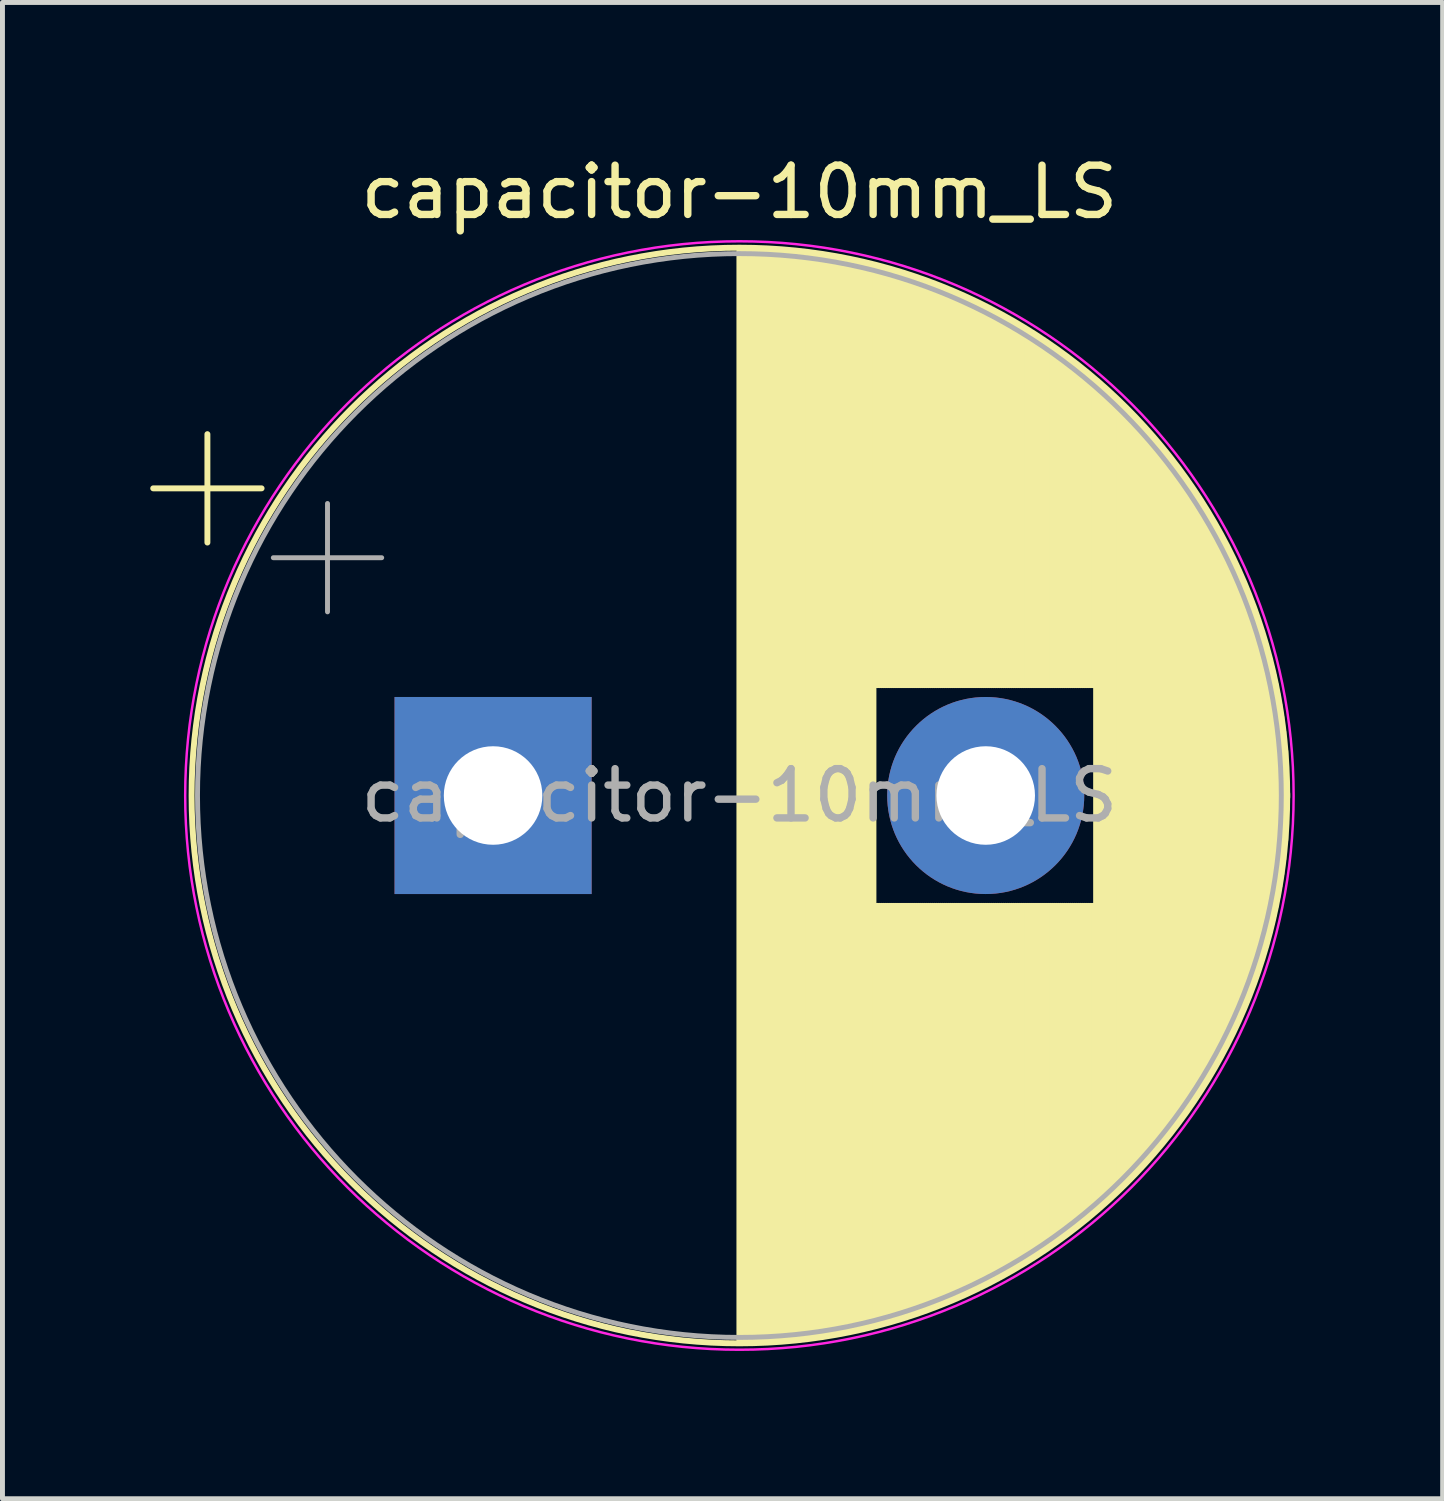
<source format=kicad_pcb>
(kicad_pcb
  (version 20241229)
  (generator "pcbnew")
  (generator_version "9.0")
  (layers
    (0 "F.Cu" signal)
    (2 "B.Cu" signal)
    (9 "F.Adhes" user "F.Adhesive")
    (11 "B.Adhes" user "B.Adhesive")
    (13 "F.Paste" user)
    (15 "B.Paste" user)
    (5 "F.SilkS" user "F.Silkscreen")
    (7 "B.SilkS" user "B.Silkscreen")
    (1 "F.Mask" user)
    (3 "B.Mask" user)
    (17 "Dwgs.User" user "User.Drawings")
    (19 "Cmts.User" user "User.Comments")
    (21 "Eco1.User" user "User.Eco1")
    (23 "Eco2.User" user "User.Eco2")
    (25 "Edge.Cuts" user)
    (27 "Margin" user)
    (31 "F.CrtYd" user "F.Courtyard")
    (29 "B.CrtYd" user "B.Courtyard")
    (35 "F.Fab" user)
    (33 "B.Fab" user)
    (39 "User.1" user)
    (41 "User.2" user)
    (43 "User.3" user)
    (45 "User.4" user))
  (footprint "capacitor-10mm_LS"
    (layer "F.Cu")
    (at 6.959 13.098)
    (property "Reference" "capacitor-10mm_LS" (at 5 -12.25 0) (layer "F.SilkS") (effects (font (size 1 1) (thickness 0.15))))
    (attr through_hole)
    (fp_line (start -6.899 -6.235) (end -4.699 -6.235) (stroke (width 0.12) (type solid)) (layer "F.SilkS"))
    (fp_line (start -5.799 -7.335) (end -5.799 -5.135) (stroke (width 0.12) (type solid)) (layer "F.SilkS"))
    (fp_line (start 5 -11.081) (end 5 11.081) (stroke (width 0.12) (type solid)) (layer "F.SilkS"))
    (fp_line (start 5.04 -11.08) (end 5.04 11.08) (stroke (width 0.12) (type solid)) (layer "F.SilkS"))
    (fp_line (start 5.08 -11.08) (end 5.08 11.08) (stroke (width 0.12) (type solid)) (layer "F.SilkS"))
    (fp_line (start 5.12 -11.08) (end 5.12 11.08) (stroke (width 0.12) (type solid)) (layer "F.SilkS"))
    (fp_line (start 5.16 -11.079) (end 5.16 11.079) (stroke (width 0.12) (type solid)) (layer "F.SilkS"))
    (fp_line (start 5.2 -11.079) (end 5.2 11.079) (stroke (width 0.12) (type solid)) (layer "F.SilkS"))
    (fp_line (start 5.24 -11.078) (end 5.24 11.078) (stroke (width 0.12) (type solid)) (layer "F.SilkS"))
    (fp_line (start 5.28 -11.077) (end 5.28 11.077) (stroke (width 0.12) (type solid)) (layer "F.SilkS"))
    (fp_line (start 5.32 -11.076) (end 5.32 11.076) (stroke (width 0.12) (type solid)) (layer "F.SilkS"))
    (fp_line (start 5.36 -11.075) (end 5.36 11.075) (stroke (width 0.12) (type solid)) (layer "F.SilkS"))
    (fp_line (start 5.4 -11.073) (end 5.4 11.073) (stroke (width 0.12) (type solid)) (layer "F.SilkS"))
    (fp_line (start 5.44 -11.072) (end 5.44 11.072) (stroke (width 0.12) (type solid)) (layer "F.SilkS"))
    (fp_line (start 5.48 -11.07) (end 5.48 11.07) (stroke (width 0.12) (type solid)) (layer "F.SilkS"))
    (fp_line (start 5.52 -11.068) (end 5.52 11.068) (stroke (width 0.12) (type solid)) (layer "F.SilkS"))
    (fp_line (start 5.56 -11.066) (end 5.56 11.066) (stroke (width 0.12) (type solid)) (layer "F.SilkS"))
    (fp_line (start 5.6 -11.064) (end 5.6 11.064) (stroke (width 0.12) (type solid)) (layer "F.SilkS"))
    (fp_line (start 5.64 -11.062) (end 5.64 11.062) (stroke (width 0.12) (type solid)) (layer "F.SilkS"))
    (fp_line (start 5.68 -11.06) (end 5.68 11.06) (stroke (width 0.12) (type solid)) (layer "F.SilkS"))
    (fp_line (start 5.721 -11.057) (end 5.721 11.057) (stroke (width 0.12) (type solid)) (layer "F.SilkS"))
    (fp_line (start 5.761 -11.054) (end 5.761 11.054) (stroke (width 0.12) (type solid)) (layer "F.SilkS"))
    (fp_line (start 5.801 -11.052) (end 5.801 11.052) (stroke (width 0.12) (type solid)) (layer "F.SilkS"))
    (fp_line (start 5.841 -11.049) (end 5.841 11.049) (stroke (width 0.12) (type solid)) (layer "F.SilkS"))
    (fp_line (start 5.881 -11.046) (end 5.881 11.046) (stroke (width 0.12) (type solid)) (layer "F.SilkS"))
    (fp_line (start 5.921 -11.042) (end 5.921 11.042) (stroke (width 0.12) (type solid)) (layer "F.SilkS"))
    (fp_line (start 5.961 -11.039) (end 5.961 11.039) (stroke (width 0.12) (type solid)) (layer "F.SilkS"))
    (fp_line (start 6.001 -11.035) (end 6.001 11.035) (stroke (width 0.12) (type solid)) (layer "F.SilkS"))
    (fp_line (start 6.041 -11.032) (end 6.041 11.032) (stroke (width 0.12) (type solid)) (layer "F.SilkS"))
    (fp_line (start 6.081 -11.028) (end 6.081 11.028) (stroke (width 0.12) (type solid)) (layer "F.SilkS"))
    (fp_line (start 6.121 -11.024) (end 6.121 11.024) (stroke (width 0.12) (type solid)) (layer "F.SilkS"))
    (fp_line (start 6.161 -11.02) (end 6.161 11.02) (stroke (width 0.12) (type solid)) (layer "F.SilkS"))
    (fp_line (start 6.201 -11.016) (end 6.201 11.016) (stroke (width 0.12) (type solid)) (layer "F.SilkS"))
    (fp_line (start 6.241 -11.011) (end 6.241 11.011) (stroke (width 0.12) (type solid)) (layer "F.SilkS"))
    (fp_line (start 6.281 -11.007) (end 6.281 11.007) (stroke (width 0.12) (type solid)) (layer "F.SilkS"))
    (fp_line (start 6.321 -11.002) (end 6.321 11.002) (stroke (width 0.12) (type solid)) (layer "F.SilkS"))
    (fp_line (start 6.361 -10.997) (end 6.361 10.997) (stroke (width 0.12) (type solid)) (layer "F.SilkS"))
    (fp_line (start 6.401 -10.992) (end 6.401 10.992) (stroke (width 0.12) (type solid)) (layer "F.SilkS"))
    (fp_line (start 6.441 -10.987) (end 6.441 10.987) (stroke (width 0.12) (type solid)) (layer "F.SilkS"))
    (fp_line (start 6.481 -10.982) (end 6.481 10.982) (stroke (width 0.12) (type solid)) (layer "F.SilkS"))
    (fp_line (start 6.521 -10.976) (end 6.521 10.976) (stroke (width 0.12) (type solid)) (layer "F.SilkS"))
    (fp_line (start 6.561 -10.971) (end 6.561 10.971) (stroke (width 0.12) (type solid)) (layer "F.SilkS"))
    (fp_line (start 6.601 -10.965) (end 6.601 10.965) (stroke (width 0.12) (type solid)) (layer "F.SilkS"))
    (fp_line (start 6.641 -10.959) (end 6.641 10.959) (stroke (width 0.12) (type solid)) (layer "F.SilkS"))
    (fp_line (start 6.681 -10.953) (end 6.681 10.953) (stroke (width 0.12) (type solid)) (layer "F.SilkS"))
    (fp_line (start 6.721 -10.947) (end 6.721 10.947) (stroke (width 0.12) (type solid)) (layer "F.SilkS"))
    (fp_line (start 6.761 -10.94) (end 6.761 10.94) (stroke (width 0.12) (type solid)) (layer "F.SilkS"))
    (fp_line (start 6.801 -10.934) (end 6.801 10.934) (stroke (width 0.12) (type solid)) (layer "F.SilkS"))
    (fp_line (start 6.841 -10.927) (end 6.841 10.927) (stroke (width 0.12) (type solid)) (layer "F.SilkS"))
    (fp_line (start 6.881 -10.92) (end 6.881 10.92) (stroke (width 0.12) (type solid)) (layer "F.SilkS"))
    (fp_line (start 6.921 -10.913) (end 6.921 10.913) (stroke (width 0.12) (type solid)) (layer "F.SilkS"))
    (fp_line (start 6.961 -10.906) (end 6.961 10.906) (stroke (width 0.12) (type solid)) (layer "F.SilkS"))
    (fp_line (start 7.001 -10.899) (end 7.001 10.899) (stroke (width 0.12) (type solid)) (layer "F.SilkS"))
    (fp_line (start 7.041 -10.892) (end 7.041 10.892) (stroke (width 0.12) (type solid)) (layer "F.SilkS"))
    (fp_line (start 7.081 -10.884) (end 7.081 10.884) (stroke (width 0.12) (type solid)) (layer "F.SilkS"))
    (fp_line (start 7.121 -10.877) (end 7.121 10.877) (stroke (width 0.12) (type solid)) (layer "F.SilkS"))
    (fp_line (start 7.161 -10.869) (end 7.161 10.869) (stroke (width 0.12) (type solid)) (layer "F.SilkS"))
    (fp_line (start 7.201 -10.861) (end 7.201 10.861) (stroke (width 0.12) (type solid)) (layer "F.SilkS"))
    (fp_line (start 7.241 -10.853) (end 7.241 10.853) (stroke (width 0.12) (type solid)) (layer "F.SilkS"))
    (fp_line (start 7.281 -10.844) (end 7.281 10.844) (stroke (width 0.12) (type solid)) (layer "F.SilkS"))
    (fp_line (start 7.321 -10.836) (end 7.321 10.836) (stroke (width 0.12) (type solid)) (layer "F.SilkS"))
    (fp_line (start 7.361 -10.827) (end 7.361 10.827) (stroke (width 0.12) (type solid)) (layer "F.SilkS"))
    (fp_line (start 7.401 -10.818) (end 7.401 10.818) (stroke (width 0.12) (type solid)) (layer "F.SilkS"))
    (fp_line (start 7.441 -10.809) (end 7.441 10.809) (stroke (width 0.12) (type solid)) (layer "F.SilkS"))
    (fp_line (start 7.481 -10.8) (end 7.481 10.8) (stroke (width 0.12) (type solid)) (layer "F.SilkS"))
    (fp_line (start 7.521 -10.791) (end 7.521 10.791) (stroke (width 0.12) (type solid)) (layer "F.SilkS"))
    (fp_line (start 7.561 -10.782) (end 7.561 10.782) (stroke (width 0.12) (type solid)) (layer "F.SilkS"))
    (fp_line (start 7.601 -10.772) (end 7.601 10.772) (stroke (width 0.12) (type solid)) (layer "F.SilkS"))
    (fp_line (start 7.641 -10.763) (end 7.641 10.763) (stroke (width 0.12) (type solid)) (layer "F.SilkS"))
    (fp_line (start 7.681 -10.753) (end 7.681 10.753) (stroke (width 0.12) (type solid)) (layer "F.SilkS"))
    (fp_line (start 7.721 -10.743) (end 7.721 10.743) (stroke (width 0.12) (type solid)) (layer "F.SilkS"))
    (fp_line (start 7.761 -10.733) (end 7.761 -2.24) (stroke (width 0.12) (type solid)) (layer "F.SilkS"))
    (fp_line (start 7.761 2.24) (end 7.761 10.733) (stroke (width 0.12) (type solid)) (layer "F.SilkS"))
    (fp_line (start 7.801 -10.722) (end 7.801 -2.24) (stroke (width 0.12) (type solid)) (layer "F.SilkS"))
    (fp_line (start 7.801 2.24) (end 7.801 10.722) (stroke (width 0.12) (type solid)) (layer "F.SilkS"))
    (fp_line (start 7.841 -10.712) (end 7.841 -2.24) (stroke (width 0.12) (type solid)) (layer "F.SilkS"))
    (fp_line (start 7.841 2.24) (end 7.841 10.712) (stroke (width 0.12) (type solid)) (layer "F.SilkS"))
    (fp_line (start 7.881 -10.701) (end 7.881 -2.24) (stroke (width 0.12) (type solid)) (layer "F.SilkS"))
    (fp_line (start 7.881 2.24) (end 7.881 10.701) (stroke (width 0.12) (type solid)) (layer "F.SilkS"))
    (fp_line (start 7.921 -10.69) (end 7.921 -2.24) (stroke (width 0.12) (type solid)) (layer "F.SilkS"))
    (fp_line (start 7.921 2.24) (end 7.921 10.69) (stroke (width 0.12) (type solid)) (layer "F.SilkS"))
    (fp_line (start 7.961 -10.679) (end 7.961 -2.24) (stroke (width 0.12) (type solid)) (layer "F.SilkS"))
    (fp_line (start 7.961 2.24) (end 7.961 10.679) (stroke (width 0.12) (type solid)) (layer "F.SilkS"))
    (fp_line (start 8.001 -10.668) (end 8.001 -2.24) (stroke (width 0.12) (type solid)) (layer "F.SilkS"))
    (fp_line (start 8.001 2.24) (end 8.001 10.668) (stroke (width 0.12) (type solid)) (layer "F.SilkS"))
    (fp_line (start 8.041 -10.657) (end 8.041 -2.24) (stroke (width 0.12) (type solid)) (layer "F.SilkS"))
    (fp_line (start 8.041 2.24) (end 8.041 10.657) (stroke (width 0.12) (type solid)) (layer "F.SilkS"))
    (fp_line (start 8.081 -10.645) (end 8.081 -2.24) (stroke (width 0.12) (type solid)) (layer "F.SilkS"))
    (fp_line (start 8.081 2.24) (end 8.081 10.645) (stroke (width 0.12) (type solid)) (layer "F.SilkS"))
    (fp_line (start 8.121 -10.634) (end 8.121 -2.24) (stroke (width 0.12) (type solid)) (layer "F.SilkS"))
    (fp_line (start 8.121 2.24) (end 8.121 10.634) (stroke (width 0.12) (type solid)) (layer "F.SilkS"))
    (fp_line (start 8.161 -10.622) (end 8.161 -2.24) (stroke (width 0.12) (type solid)) (layer "F.SilkS"))
    (fp_line (start 8.161 2.24) (end 8.161 10.622) (stroke (width 0.12) (type solid)) (layer "F.SilkS"))
    (fp_line (start 8.201 -10.61) (end 8.201 -2.24) (stroke (width 0.12) (type solid)) (layer "F.SilkS"))
    (fp_line (start 8.201 2.24) (end 8.201 10.61) (stroke (width 0.12) (type solid)) (layer "F.SilkS"))
    (fp_line (start 8.241 -10.598) (end 8.241 -2.24) (stroke (width 0.12) (type solid)) (layer "F.SilkS"))
    (fp_line (start 8.241 2.24) (end 8.241 10.598) (stroke (width 0.12) (type solid)) (layer "F.SilkS"))
    (fp_line (start 8.281 -10.586) (end 8.281 -2.24) (stroke (width 0.12) (type solid)) (layer "F.SilkS"))
    (fp_line (start 8.281 2.24) (end 8.281 10.586) (stroke (width 0.12) (type solid)) (layer "F.SilkS"))
    (fp_line (start 8.321 -10.573) (end 8.321 -2.24) (stroke (width 0.12) (type solid)) (layer "F.SilkS"))
    (fp_line (start 8.321 2.24) (end 8.321 10.573) (stroke (width 0.12) (type solid)) (layer "F.SilkS"))
    (fp_line (start 8.361 -10.561) (end 8.361 -2.24) (stroke (width 0.12) (type solid)) (layer "F.SilkS"))
    (fp_line (start 8.361 2.24) (end 8.361 10.561) (stroke (width 0.12) (type solid)) (layer "F.SilkS"))
    (fp_line (start 8.401 -10.548) (end 8.401 -2.24) (stroke (width 0.12) (type solid)) (layer "F.SilkS"))
    (fp_line (start 8.401 2.24) (end 8.401 10.548) (stroke (width 0.12) (type solid)) (layer "F.SilkS"))
    (fp_line (start 8.441 -10.535) (end 8.441 -2.24) (stroke (width 0.12) (type solid)) (layer "F.SilkS"))
    (fp_line (start 8.441 2.24) (end 8.441 10.535) (stroke (width 0.12) (type solid)) (layer "F.SilkS"))
    (fp_line (start 8.481 -10.522) (end 8.481 -2.24) (stroke (width 0.12) (type solid)) (layer "F.SilkS"))
    (fp_line (start 8.481 2.24) (end 8.481 10.522) (stroke (width 0.12) (type solid)) (layer "F.SilkS"))
    (fp_line (start 8.521 -10.509) (end 8.521 -2.24) (stroke (width 0.12) (type solid)) (layer "F.SilkS"))
    (fp_line (start 8.521 2.24) (end 8.521 10.509) (stroke (width 0.12) (type solid)) (layer "F.SilkS"))
    (fp_line (start 8.561 -10.495) (end 8.561 -2.24) (stroke (width 0.12) (type solid)) (layer "F.SilkS"))
    (fp_line (start 8.561 2.24) (end 8.561 10.495) (stroke (width 0.12) (type solid)) (layer "F.SilkS"))
    (fp_line (start 8.601 -10.482) (end 8.601 -2.24) (stroke (width 0.12) (type solid)) (layer "F.SilkS"))
    (fp_line (start 8.601 2.24) (end 8.601 10.482) (stroke (width 0.12) (type solid)) (layer "F.SilkS"))
    (fp_line (start 8.641 -10.468) (end 8.641 -2.24) (stroke (width 0.12) (type solid)) (layer "F.SilkS"))
    (fp_line (start 8.641 2.24) (end 8.641 10.468) (stroke (width 0.12) (type solid)) (layer "F.SilkS"))
    (fp_line (start 8.681 -10.454) (end 8.681 -2.24) (stroke (width 0.12) (type solid)) (layer "F.SilkS"))
    (fp_line (start 8.681 2.24) (end 8.681 10.454) (stroke (width 0.12) (type solid)) (layer "F.SilkS"))
    (fp_line (start 8.721 -10.44) (end 8.721 -2.24) (stroke (width 0.12) (type solid)) (layer "F.SilkS"))
    (fp_line (start 8.721 2.24) (end 8.721 10.44) (stroke (width 0.12) (type solid)) (layer "F.SilkS"))
    (fp_line (start 8.761 -10.426) (end 8.761 -2.24) (stroke (width 0.12) (type solid)) (layer "F.SilkS"))
    (fp_line (start 8.761 2.24) (end 8.761 10.426) (stroke (width 0.12) (type solid)) (layer "F.SilkS"))
    (fp_line (start 8.801 -10.411) (end 8.801 -2.24) (stroke (width 0.12) (type solid)) (layer "F.SilkS"))
    (fp_line (start 8.801 2.24) (end 8.801 10.411) (stroke (width 0.12) (type solid)) (layer "F.SilkS"))
    (fp_line (start 8.841 -10.396) (end 8.841 -2.24) (stroke (width 0.12) (type solid)) (layer "F.SilkS"))
    (fp_line (start 8.841 2.24) (end 8.841 10.396) (stroke (width 0.12) (type solid)) (layer "F.SilkS"))
    (fp_line (start 8.881 -10.382) (end 8.881 -2.24) (stroke (width 0.12) (type solid)) (layer "F.SilkS"))
    (fp_line (start 8.881 2.24) (end 8.881 10.382) (stroke (width 0.12) (type solid)) (layer "F.SilkS"))
    (fp_line (start 8.921 -10.367) (end 8.921 -2.24) (stroke (width 0.12) (type solid)) (layer "F.SilkS"))
    (fp_line (start 8.921 2.24) (end 8.921 10.367) (stroke (width 0.12) (type solid)) (layer "F.SilkS"))
    (fp_line (start 8.961 -10.351) (end 8.961 -2.24) (stroke (width 0.12) (type solid)) (layer "F.SilkS"))
    (fp_line (start 8.961 2.24) (end 8.961 10.351) (stroke (width 0.12) (type solid)) (layer "F.SilkS"))
    (fp_line (start 9.001 -10.336) (end 9.001 -2.24) (stroke (width 0.12) (type solid)) (layer "F.SilkS"))
    (fp_line (start 9.001 2.24) (end 9.001 10.336) (stroke (width 0.12) (type solid)) (layer "F.SilkS"))
    (fp_line (start 9.041 -10.321) (end 9.041 -2.24) (stroke (width 0.12) (type solid)) (layer "F.SilkS"))
    (fp_line (start 9.041 2.24) (end 9.041 10.321) (stroke (width 0.12) (type solid)) (layer "F.SilkS"))
    (fp_line (start 9.081 -10.305) (end 9.081 -2.24) (stroke (width 0.12) (type solid)) (layer "F.SilkS"))
    (fp_line (start 9.081 2.24) (end 9.081 10.305) (stroke (width 0.12) (type solid)) (layer "F.SilkS"))
    (fp_line (start 9.121 -10.289) (end 9.121 -2.24) (stroke (width 0.12) (type solid)) (layer "F.SilkS"))
    (fp_line (start 9.121 2.24) (end 9.121 10.289) (stroke (width 0.12) (type solid)) (layer "F.SilkS"))
    (fp_line (start 9.161 -10.273) (end 9.161 -2.24) (stroke (width 0.12) (type solid)) (layer "F.SilkS"))
    (fp_line (start 9.161 2.24) (end 9.161 10.273) (stroke (width 0.12) (type solid)) (layer "F.SilkS"))
    (fp_line (start 9.201 -10.257) (end 9.201 -2.24) (stroke (width 0.12) (type solid)) (layer "F.SilkS"))
    (fp_line (start 9.201 2.24) (end 9.201 10.257) (stroke (width 0.12) (type solid)) (layer "F.SilkS"))
    (fp_line (start 9.241 -10.24) (end 9.241 -2.24) (stroke (width 0.12) (type solid)) (layer "F.SilkS"))
    (fp_line (start 9.241 2.24) (end 9.241 10.24) (stroke (width 0.12) (type solid)) (layer "F.SilkS"))
    (fp_line (start 9.281 -10.224) (end 9.281 -2.24) (stroke (width 0.12) (type solid)) (layer "F.SilkS"))
    (fp_line (start 9.281 2.24) (end 9.281 10.224) (stroke (width 0.12) (type solid)) (layer "F.SilkS"))
    (fp_line (start 9.321 -10.207) (end 9.321 -2.24) (stroke (width 0.12) (type solid)) (layer "F.SilkS"))
    (fp_line (start 9.321 2.24) (end 9.321 10.207) (stroke (width 0.12) (type solid)) (layer "F.SilkS"))
    (fp_line (start 9.361 -10.19) (end 9.361 -2.24) (stroke (width 0.12) (type solid)) (layer "F.SilkS"))
    (fp_line (start 9.361 2.24) (end 9.361 10.19) (stroke (width 0.12) (type solid)) (layer "F.SilkS"))
    (fp_line (start 9.401 -10.173) (end 9.401 -2.24) (stroke (width 0.12) (type solid)) (layer "F.SilkS"))
    (fp_line (start 9.401 2.24) (end 9.401 10.173) (stroke (width 0.12) (type solid)) (layer "F.SilkS"))
    (fp_line (start 9.441 -10.156) (end 9.441 -2.24) (stroke (width 0.12) (type solid)) (layer "F.SilkS"))
    (fp_line (start 9.441 2.24) (end 9.441 10.156) (stroke (width 0.12) (type solid)) (layer "F.SilkS"))
    (fp_line (start 9.481 -10.138) (end 9.481 -2.24) (stroke (width 0.12) (type solid)) (layer "F.SilkS"))
    (fp_line (start 9.481 2.24) (end 9.481 10.138) (stroke (width 0.12) (type solid)) (layer "F.SilkS"))
    (fp_line (start 9.521 -10.12) (end 9.521 -2.24) (stroke (width 0.12) (type solid)) (layer "F.SilkS"))
    (fp_line (start 9.521 2.24) (end 9.521 10.12) (stroke (width 0.12) (type solid)) (layer "F.SilkS"))
    (fp_line (start 9.561 -10.103) (end 9.561 -2.24) (stroke (width 0.12) (type solid)) (layer "F.SilkS"))
    (fp_line (start 9.561 2.24) (end 9.561 10.103) (stroke (width 0.12) (type solid)) (layer "F.SilkS"))
    (fp_line (start 9.601 -10.084) (end 9.601 -2.24) (stroke (width 0.12) (type solid)) (layer "F.SilkS"))
    (fp_line (start 9.601 2.24) (end 9.601 10.084) (stroke (width 0.12) (type solid)) (layer "F.SilkS"))
    (fp_line (start 9.641 -10.066) (end 9.641 -2.24) (stroke (width 0.12) (type solid)) (layer "F.SilkS"))
    (fp_line (start 9.641 2.24) (end 9.641 10.066) (stroke (width 0.12) (type solid)) (layer "F.SilkS"))
    (fp_line (start 9.681 -10.048) (end 9.681 -2.24) (stroke (width 0.12) (type solid)) (layer "F.SilkS"))
    (fp_line (start 9.681 2.24) (end 9.681 10.048) (stroke (width 0.12) (type solid)) (layer "F.SilkS"))
    (fp_line (start 9.721 -10.029) (end 9.721 -2.24) (stroke (width 0.12) (type solid)) (layer "F.SilkS"))
    (fp_line (start 9.721 2.24) (end 9.721 10.029) (stroke (width 0.12) (type solid)) (layer "F.SilkS"))
    (fp_line (start 9.761 -10.01) (end 9.761 -2.24) (stroke (width 0.12) (type solid)) (layer "F.SilkS"))
    (fp_line (start 9.761 2.24) (end 9.761 10.01) (stroke (width 0.12) (type solid)) (layer "F.SilkS"))
    (fp_line (start 9.801 -9.991) (end 9.801 -2.24) (stroke (width 0.12) (type solid)) (layer "F.SilkS"))
    (fp_line (start 9.801 2.24) (end 9.801 9.991) (stroke (width 0.12) (type solid)) (layer "F.SilkS"))
    (fp_line (start 9.841 -9.972) (end 9.841 -2.24) (stroke (width 0.12) (type solid)) (layer "F.SilkS"))
    (fp_line (start 9.841 2.24) (end 9.841 9.972) (stroke (width 0.12) (type solid)) (layer "F.SilkS"))
    (fp_line (start 9.881 -9.952) (end 9.881 -2.24) (stroke (width 0.12) (type solid)) (layer "F.SilkS"))
    (fp_line (start 9.881 2.24) (end 9.881 9.952) (stroke (width 0.12) (type solid)) (layer "F.SilkS"))
    (fp_line (start 9.921 -9.933) (end 9.921 -2.24) (stroke (width 0.12) (type solid)) (layer "F.SilkS"))
    (fp_line (start 9.921 2.24) (end 9.921 9.933) (stroke (width 0.12) (type solid)) (layer "F.SilkS"))
    (fp_line (start 9.961 -9.913) (end 9.961 -2.24) (stroke (width 0.12) (type solid)) (layer "F.SilkS"))
    (fp_line (start 9.961 2.24) (end 9.961 9.913) (stroke (width 0.12) (type solid)) (layer "F.SilkS"))
    (fp_line (start 10.001 -9.893) (end 10.001 -2.24) (stroke (width 0.12) (type solid)) (layer "F.SilkS"))
    (fp_line (start 10.001 2.24) (end 10.001 9.893) (stroke (width 0.12) (type solid)) (layer "F.SilkS"))
    (fp_line (start 10.041 -9.873) (end 10.041 -2.24) (stroke (width 0.12) (type solid)) (layer "F.SilkS"))
    (fp_line (start 10.041 2.24) (end 10.041 9.873) (stroke (width 0.12) (type solid)) (layer "F.SilkS"))
    (fp_line (start 10.081 -9.852) (end 10.081 -2.24) (stroke (width 0.12) (type solid)) (layer "F.SilkS"))
    (fp_line (start 10.081 2.24) (end 10.081 9.852) (stroke (width 0.12) (type solid)) (layer "F.SilkS"))
    (fp_line (start 10.121 -9.832) (end 10.121 -2.24) (stroke (width 0.12) (type solid)) (layer "F.SilkS"))
    (fp_line (start 10.121 2.24) (end 10.121 9.832) (stroke (width 0.12) (type solid)) (layer "F.SilkS"))
    (fp_line (start 10.161 -9.811) (end 10.161 -2.24) (stroke (width 0.12) (type solid)) (layer "F.SilkS"))
    (fp_line (start 10.161 2.24) (end 10.161 9.811) (stroke (width 0.12) (type solid)) (layer "F.SilkS"))
    (fp_line (start 10.201 -9.79) (end 10.201 -2.24) (stroke (width 0.12) (type solid)) (layer "F.SilkS"))
    (fp_line (start 10.201 2.24) (end 10.201 9.79) (stroke (width 0.12) (type solid)) (layer "F.SilkS"))
    (fp_line (start 10.241 -9.768) (end 10.241 -2.24) (stroke (width 0.12) (type solid)) (layer "F.SilkS"))
    (fp_line (start 10.241 2.24) (end 10.241 9.768) (stroke (width 0.12) (type solid)) (layer "F.SilkS"))
    (fp_line (start 10.281 -9.747) (end 10.281 -2.24) (stroke (width 0.12) (type solid)) (layer "F.SilkS"))
    (fp_line (start 10.281 2.24) (end 10.281 9.747) (stroke (width 0.12) (type solid)) (layer "F.SilkS"))
    (fp_line (start 10.321 -9.725) (end 10.321 -2.24) (stroke (width 0.12) (type solid)) (layer "F.SilkS"))
    (fp_line (start 10.321 2.24) (end 10.321 9.725) (stroke (width 0.12) (type solid)) (layer "F.SilkS"))
    (fp_line (start 10.361 -9.703) (end 10.361 -2.24) (stroke (width 0.12) (type solid)) (layer "F.SilkS"))
    (fp_line (start 10.361 2.24) (end 10.361 9.703) (stroke (width 0.12) (type solid)) (layer "F.SilkS"))
    (fp_line (start 10.401 -9.681) (end 10.401 -2.24) (stroke (width 0.12) (type solid)) (layer "F.SilkS"))
    (fp_line (start 10.401 2.24) (end 10.401 9.681) (stroke (width 0.12) (type solid)) (layer "F.SilkS"))
    (fp_line (start 10.441 -9.659) (end 10.441 -2.24) (stroke (width 0.12) (type solid)) (layer "F.SilkS"))
    (fp_line (start 10.441 2.24) (end 10.441 9.659) (stroke (width 0.12) (type solid)) (layer "F.SilkS"))
    (fp_line (start 10.481 -9.636) (end 10.481 -2.24) (stroke (width 0.12) (type solid)) (layer "F.SilkS"))
    (fp_line (start 10.481 2.24) (end 10.481 9.636) (stroke (width 0.12) (type solid)) (layer "F.SilkS"))
    (fp_line (start 10.521 -9.614) (end 10.521 -2.24) (stroke (width 0.12) (type solid)) (layer "F.SilkS"))
    (fp_line (start 10.521 2.24) (end 10.521 9.614) (stroke (width 0.12) (type solid)) (layer "F.SilkS"))
    (fp_line (start 10.561 -9.591) (end 10.561 -2.24) (stroke (width 0.12) (type solid)) (layer "F.SilkS"))
    (fp_line (start 10.561 2.24) (end 10.561 9.591) (stroke (width 0.12) (type solid)) (layer "F.SilkS"))
    (fp_line (start 10.601 -9.567) (end 10.601 -2.24) (stroke (width 0.12) (type solid)) (layer "F.SilkS"))
    (fp_line (start 10.601 2.24) (end 10.601 9.567) (stroke (width 0.12) (type solid)) (layer "F.SilkS"))
    (fp_line (start 10.641 -9.544) (end 10.641 -2.24) (stroke (width 0.12) (type solid)) (layer "F.SilkS"))
    (fp_line (start 10.641 2.24) (end 10.641 9.544) (stroke (width 0.12) (type solid)) (layer "F.SilkS"))
    (fp_line (start 10.681 -9.52) (end 10.681 -2.24) (stroke (width 0.12) (type solid)) (layer "F.SilkS"))
    (fp_line (start 10.681 2.24) (end 10.681 9.52) (stroke (width 0.12) (type solid)) (layer "F.SilkS"))
    (fp_line (start 10.721 -9.497) (end 10.721 -2.24) (stroke (width 0.12) (type solid)) (layer "F.SilkS"))
    (fp_line (start 10.721 2.24) (end 10.721 9.497) (stroke (width 0.12) (type solid)) (layer "F.SilkS"))
    (fp_line (start 10.761 -9.472) (end 10.761 -2.24) (stroke (width 0.12) (type solid)) (layer "F.SilkS"))
    (fp_line (start 10.761 2.24) (end 10.761 9.472) (stroke (width 0.12) (type solid)) (layer "F.SilkS"))
    (fp_line (start 10.801 -9.448) (end 10.801 -2.24) (stroke (width 0.12) (type solid)) (layer "F.SilkS"))
    (fp_line (start 10.801 2.24) (end 10.801 9.448) (stroke (width 0.12) (type solid)) (layer "F.SilkS"))
    (fp_line (start 10.841 -9.424) (end 10.841 -2.24) (stroke (width 0.12) (type solid)) (layer "F.SilkS"))
    (fp_line (start 10.841 2.24) (end 10.841 9.424) (stroke (width 0.12) (type solid)) (layer "F.SilkS"))
    (fp_line (start 10.881 -9.399) (end 10.881 -2.24) (stroke (width 0.12) (type solid)) (layer "F.SilkS"))
    (fp_line (start 10.881 2.24) (end 10.881 9.399) (stroke (width 0.12) (type solid)) (layer "F.SilkS"))
    (fp_line (start 10.921 -9.374) (end 10.921 -2.24) (stroke (width 0.12) (type solid)) (layer "F.SilkS"))
    (fp_line (start 10.921 2.24) (end 10.921 9.374) (stroke (width 0.12) (type solid)) (layer "F.SilkS"))
    (fp_line (start 10.961 -9.348) (end 10.961 -2.24) (stroke (width 0.12) (type solid)) (layer "F.SilkS"))
    (fp_line (start 10.961 2.24) (end 10.961 9.348) (stroke (width 0.12) (type solid)) (layer "F.SilkS"))
    (fp_line (start 11.001 -9.323) (end 11.001 -2.24) (stroke (width 0.12) (type solid)) (layer "F.SilkS"))
    (fp_line (start 11.001 2.24) (end 11.001 9.323) (stroke (width 0.12) (type solid)) (layer "F.SilkS"))
    (fp_line (start 11.041 -9.297) (end 11.041 -2.24) (stroke (width 0.12) (type solid)) (layer "F.SilkS"))
    (fp_line (start 11.041 2.24) (end 11.041 9.297) (stroke (width 0.12) (type solid)) (layer "F.SilkS"))
    (fp_line (start 11.081 -9.271) (end 11.081 -2.24) (stroke (width 0.12) (type solid)) (layer "F.SilkS"))
    (fp_line (start 11.081 2.24) (end 11.081 9.271) (stroke (width 0.12) (type solid)) (layer "F.SilkS"))
    (fp_line (start 11.121 -9.245) (end 11.121 -2.24) (stroke (width 0.12) (type solid)) (layer "F.SilkS"))
    (fp_line (start 11.121 2.24) (end 11.121 9.245) (stroke (width 0.12) (type solid)) (layer "F.SilkS"))
    (fp_line (start 11.161 -9.218) (end 11.161 -2.24) (stroke (width 0.12) (type solid)) (layer "F.SilkS"))
    (fp_line (start 11.161 2.24) (end 11.161 9.218) (stroke (width 0.12) (type solid)) (layer "F.SilkS"))
    (fp_line (start 11.201 -9.192) (end 11.201 -2.24) (stroke (width 0.12) (type solid)) (layer "F.SilkS"))
    (fp_line (start 11.201 2.24) (end 11.201 9.192) (stroke (width 0.12) (type solid)) (layer "F.SilkS"))
    (fp_line (start 11.241 -9.165) (end 11.241 -2.24) (stroke (width 0.12) (type solid)) (layer "F.SilkS"))
    (fp_line (start 11.241 2.24) (end 11.241 9.165) (stroke (width 0.12) (type solid)) (layer "F.SilkS"))
    (fp_line (start 11.281 -9.137) (end 11.281 -2.24) (stroke (width 0.12) (type solid)) (layer "F.SilkS"))
    (fp_line (start 11.281 2.24) (end 11.281 9.137) (stroke (width 0.12) (type solid)) (layer "F.SilkS"))
    (fp_line (start 11.321 -9.11) (end 11.321 -2.24) (stroke (width 0.12) (type solid)) (layer "F.SilkS"))
    (fp_line (start 11.321 2.24) (end 11.321 9.11) (stroke (width 0.12) (type solid)) (layer "F.SilkS"))
    (fp_line (start 11.361 -9.082) (end 11.361 -2.24) (stroke (width 0.12) (type solid)) (layer "F.SilkS"))
    (fp_line (start 11.361 2.24) (end 11.361 9.082) (stroke (width 0.12) (type solid)) (layer "F.SilkS"))
    (fp_line (start 11.401 -9.054) (end 11.401 -2.24) (stroke (width 0.12) (type solid)) (layer "F.SilkS"))
    (fp_line (start 11.401 2.24) (end 11.401 9.054) (stroke (width 0.12) (type solid)) (layer "F.SilkS"))
    (fp_line (start 11.441 -9.026) (end 11.441 -2.24) (stroke (width 0.12) (type solid)) (layer "F.SilkS"))
    (fp_line (start 11.441 2.24) (end 11.441 9.026) (stroke (width 0.12) (type solid)) (layer "F.SilkS"))
    (fp_line (start 11.481 -8.997) (end 11.481 -2.24) (stroke (width 0.12) (type solid)) (layer "F.SilkS"))
    (fp_line (start 11.481 2.24) (end 11.481 8.997) (stroke (width 0.12) (type solid)) (layer "F.SilkS"))
    (fp_line (start 11.521 -8.968) (end 11.521 -2.24) (stroke (width 0.12) (type solid)) (layer "F.SilkS"))
    (fp_line (start 11.521 2.24) (end 11.521 8.968) (stroke (width 0.12) (type solid)) (layer "F.SilkS"))
    (fp_line (start 11.561 -8.939) (end 11.561 -2.24) (stroke (width 0.12) (type solid)) (layer "F.SilkS"))
    (fp_line (start 11.561 2.24) (end 11.561 8.939) (stroke (width 0.12) (type solid)) (layer "F.SilkS"))
    (fp_line (start 11.601 -8.91) (end 11.601 -2.24) (stroke (width 0.12) (type solid)) (layer "F.SilkS"))
    (fp_line (start 11.601 2.24) (end 11.601 8.91) (stroke (width 0.12) (type solid)) (layer "F.SilkS"))
    (fp_line (start 11.641 -8.88) (end 11.641 -2.24) (stroke (width 0.12) (type solid)) (layer "F.SilkS"))
    (fp_line (start 11.641 2.24) (end 11.641 8.88) (stroke (width 0.12) (type solid)) (layer "F.SilkS"))
    (fp_line (start 11.681 -8.85) (end 11.681 -2.24) (stroke (width 0.12) (type solid)) (layer "F.SilkS"))
    (fp_line (start 11.681 2.24) (end 11.681 8.85) (stroke (width 0.12) (type solid)) (layer "F.SilkS"))
    (fp_line (start 11.721 -8.82) (end 11.721 -2.24) (stroke (width 0.12) (type solid)) (layer "F.SilkS"))
    (fp_line (start 11.721 2.24) (end 11.721 8.82) (stroke (width 0.12) (type solid)) (layer "F.SilkS"))
    (fp_line (start 11.761 -8.79) (end 11.761 -2.24) (stroke (width 0.12) (type solid)) (layer "F.SilkS"))
    (fp_line (start 11.761 2.24) (end 11.761 8.79) (stroke (width 0.12) (type solid)) (layer "F.SilkS"))
    (fp_line (start 11.801 -8.759) (end 11.801 -2.24) (stroke (width 0.12) (type solid)) (layer "F.SilkS"))
    (fp_line (start 11.801 2.24) (end 11.801 8.759) (stroke (width 0.12) (type solid)) (layer "F.SilkS"))
    (fp_line (start 11.841 -8.728) (end 11.841 -2.24) (stroke (width 0.12) (type solid)) (layer "F.SilkS"))
    (fp_line (start 11.841 2.24) (end 11.841 8.728) (stroke (width 0.12) (type solid)) (layer "F.SilkS"))
    (fp_line (start 11.881 -8.697) (end 11.881 -2.24) (stroke (width 0.12) (type solid)) (layer "F.SilkS"))
    (fp_line (start 11.881 2.24) (end 11.881 8.697) (stroke (width 0.12) (type solid)) (layer "F.SilkS"))
    (fp_line (start 11.921 -8.665) (end 11.921 -2.24) (stroke (width 0.12) (type solid)) (layer "F.SilkS"))
    (fp_line (start 11.921 2.24) (end 11.921 8.665) (stroke (width 0.12) (type solid)) (layer "F.SilkS"))
    (fp_line (start 11.961 -8.633) (end 11.961 -2.24) (stroke (width 0.12) (type solid)) (layer "F.SilkS"))
    (fp_line (start 11.961 2.24) (end 11.961 8.633) (stroke (width 0.12) (type solid)) (layer "F.SilkS"))
    (fp_line (start 12.001 -8.601) (end 12.001 -2.24) (stroke (width 0.12) (type solid)) (layer "F.SilkS"))
    (fp_line (start 12.001 2.24) (end 12.001 8.601) (stroke (width 0.12) (type solid)) (layer "F.SilkS"))
    (fp_line (start 12.041 -8.568) (end 12.041 -2.24) (stroke (width 0.12) (type solid)) (layer "F.SilkS"))
    (fp_line (start 12.041 2.24) (end 12.041 8.568) (stroke (width 0.12) (type solid)) (layer "F.SilkS"))
    (fp_line (start 12.081 -8.535) (end 12.081 -2.24) (stroke (width 0.12) (type solid)) (layer "F.SilkS"))
    (fp_line (start 12.081 2.24) (end 12.081 8.535) (stroke (width 0.12) (type solid)) (layer "F.SilkS"))
    (fp_line (start 12.121 -8.502) (end 12.121 -2.24) (stroke (width 0.12) (type solid)) (layer "F.SilkS"))
    (fp_line (start 12.121 2.24) (end 12.121 8.502) (stroke (width 0.12) (type solid)) (layer "F.SilkS"))
    (fp_line (start 12.161 -8.469) (end 12.161 -2.24) (stroke (width 0.12) (type solid)) (layer "F.SilkS"))
    (fp_line (start 12.161 2.24) (end 12.161 8.469) (stroke (width 0.12) (type solid)) (layer "F.SilkS"))
    (fp_line (start 12.201 -8.435) (end 12.201 -2.24) (stroke (width 0.12) (type solid)) (layer "F.SilkS"))
    (fp_line (start 12.201 2.24) (end 12.201 8.435) (stroke (width 0.12) (type solid)) (layer "F.SilkS"))
    (fp_line (start 12.241 -8.401) (end 12.241 8.401) (stroke (width 0.12) (type solid)) (layer "F.SilkS"))
    (fp_line (start 12.281 -8.366) (end 12.281 8.366) (stroke (width 0.12) (type solid)) (layer "F.SilkS"))
    (fp_line (start 12.321 -8.331) (end 12.321 8.331) (stroke (width 0.12) (type solid)) (layer "F.SilkS"))
    (fp_line (start 12.361 -8.296) (end 12.361 8.296) (stroke (width 0.12) (type solid)) (layer "F.SilkS"))
    (fp_line (start 12.401 -8.261) (end 12.401 8.261) (stroke (width 0.12) (type solid)) (layer "F.SilkS"))
    (fp_line (start 12.441 -8.225) (end 12.441 8.225) (stroke (width 0.12) (type solid)) (layer "F.SilkS"))
    (fp_line (start 12.481 -8.189) (end 12.481 8.189) (stroke (width 0.12) (type solid)) (layer "F.SilkS"))
    (fp_line (start 12.521 -8.152) (end 12.521 8.152) (stroke (width 0.12) (type solid)) (layer "F.SilkS"))
    (fp_line (start 12.561 -8.115) (end 12.561 8.115) (stroke (width 0.12) (type solid)) (layer "F.SilkS"))
    (fp_line (start 12.601 -8.078) (end 12.601 8.078) (stroke (width 0.12) (type solid)) (layer "F.SilkS"))
    (fp_line (start 12.641 -8.04) (end 12.641 8.04) (stroke (width 0.12) (type solid)) (layer "F.SilkS"))
    (fp_line (start 12.681 -8.002) (end 12.681 8.002) (stroke (width 0.12) (type solid)) (layer "F.SilkS"))
    (fp_line (start 12.721 -7.964) (end 12.721 7.964) (stroke (width 0.12) (type solid)) (layer "F.SilkS"))
    (fp_line (start 12.761 -7.925) (end 12.761 7.925) (stroke (width 0.12) (type solid)) (layer "F.SilkS"))
    (fp_line (start 12.801 -7.886) (end 12.801 7.886) (stroke (width 0.12) (type solid)) (layer "F.SilkS"))
    (fp_line (start 12.841 -7.846) (end 12.841 7.846) (stroke (width 0.12) (type solid)) (layer "F.SilkS"))
    (fp_line (start 12.881 -7.807) (end 12.881 7.807) (stroke (width 0.12) (type solid)) (layer "F.SilkS"))
    (fp_line (start 12.921 -7.766) (end 12.921 7.766) (stroke (width 0.12) (type solid)) (layer "F.SilkS"))
    (fp_line (start 12.961 -7.725) (end 12.961 7.725) (stroke (width 0.12) (type solid)) (layer "F.SilkS"))
    (fp_line (start 13.001 -7.684) (end 13.001 7.684) (stroke (width 0.12) (type solid)) (layer "F.SilkS"))
    (fp_line (start 13.041 -7.642) (end 13.041 7.642) (stroke (width 0.12) (type solid)) (layer "F.SilkS"))
    (fp_line (start 13.081 -7.6) (end 13.081 7.6) (stroke (width 0.12) (type solid)) (layer "F.SilkS"))
    (fp_line (start 13.121 -7.558) (end 13.121 7.558) (stroke (width 0.12) (type solid)) (layer "F.SilkS"))
    (fp_line (start 13.161 -7.515) (end 13.161 7.515) (stroke (width 0.12) (type solid)) (layer "F.SilkS"))
    (fp_line (start 13.2 -7.471) (end 13.2 7.471) (stroke (width 0.12) (type solid)) (layer "F.SilkS"))
    (fp_line (start 13.24 -7.428) (end 13.24 7.428) (stroke (width 0.12) (type solid)) (layer "F.SilkS"))
    (fp_line (start 13.28 -7.383) (end 13.28 7.383) (stroke (width 0.12) (type solid)) (layer "F.SilkS"))
    (fp_line (start 13.32 -7.338) (end 13.32 7.338) (stroke (width 0.12) (type solid)) (layer "F.SilkS"))
    (fp_line (start 13.36 -7.293) (end 13.36 7.293) (stroke (width 0.12) (type solid)) (layer "F.SilkS"))
    (fp_line (start 13.4 -7.247) (end 13.4 7.247) (stroke (width 0.12) (type solid)) (layer "F.SilkS"))
    (fp_line (start 13.44 -7.201) (end 13.44 7.201) (stroke (width 0.12) (type solid)) (layer "F.SilkS"))
    (fp_line (start 13.48 -7.154) (end 13.48 7.154) (stroke (width 0.12) (type solid)) (layer "F.SilkS"))
    (fp_line (start 13.52 -7.106) (end 13.52 7.106) (stroke (width 0.12) (type solid)) (layer "F.SilkS"))
    (fp_line (start 13.56 -7.058) (end 13.56 7.058) (stroke (width 0.12) (type solid)) (layer "F.SilkS"))
    (fp_line (start 13.6 -7.01) (end 13.6 7.01) (stroke (width 0.12) (type solid)) (layer "F.SilkS"))
    (fp_line (start 13.64 -6.961) (end 13.64 6.961) (stroke (width 0.12) (type solid)) (layer "F.SilkS"))
    (fp_line (start 13.68 -6.911) (end 13.68 6.911) (stroke (width 0.12) (type solid)) (layer "F.SilkS"))
    (fp_line (start 13.72 -6.861) (end 13.72 6.861) (stroke (width 0.12) (type solid)) (layer "F.SilkS"))
    (fp_line (start 13.76 -6.81) (end 13.76 6.81) (stroke (width 0.12) (type solid)) (layer "F.SilkS"))
    (fp_line (start 13.8 -6.759) (end 13.8 6.759) (stroke (width 0.12) (type solid)) (layer "F.SilkS"))
    (fp_line (start 13.84 -6.707) (end 13.84 6.707) (stroke (width 0.12) (type solid)) (layer "F.SilkS"))
    (fp_line (start 13.88 -6.654) (end 13.88 6.654) (stroke (width 0.12) (type solid)) (layer "F.SilkS"))
    (fp_line (start 13.92 -6.6) (end 13.92 6.6) (stroke (width 0.12) (type solid)) (layer "F.SilkS"))
    (fp_line (start 13.96 -6.546) (end 13.96 6.546) (stroke (width 0.12) (type solid)) (layer "F.SilkS"))
    (fp_line (start 14 -6.492) (end 14 6.492) (stroke (width 0.12) (type solid)) (layer "F.SilkS"))
    (fp_line (start 14.04 -6.436) (end 14.04 6.436) (stroke (width 0.12) (type solid)) (layer "F.SilkS"))
    (fp_line (start 14.08 -6.38) (end 14.08 6.38) (stroke (width 0.12) (type solid)) (layer "F.SilkS"))
    (fp_line (start 14.12 -6.323) (end 14.12 6.323) (stroke (width 0.12) (type solid)) (layer "F.SilkS"))
    (fp_line (start 14.16 -6.265) (end 14.16 6.265) (stroke (width 0.12) (type solid)) (layer "F.SilkS"))
    (fp_line (start 14.2 -6.207) (end 14.2 6.207) (stroke (width 0.12) (type solid)) (layer "F.SilkS"))
    (fp_line (start 14.24 -6.147) (end 14.24 6.147) (stroke (width 0.12) (type solid)) (layer "F.SilkS"))
    (fp_line (start 14.28 -6.087) (end 14.28 6.087) (stroke (width 0.12) (type solid)) (layer "F.SilkS"))
    (fp_line (start 14.32 -6.026) (end 14.32 6.026) (stroke (width 0.12) (type solid)) (layer "F.SilkS"))
    (fp_line (start 14.36 -5.964) (end 14.36 5.964) (stroke (width 0.12) (type solid)) (layer "F.SilkS"))
    (fp_line (start 14.4 -5.901) (end 14.4 5.901) (stroke (width 0.12) (type solid)) (layer "F.SilkS"))
    (fp_line (start 14.44 -5.838) (end 14.44 5.838) (stroke (width 0.12) (type solid)) (layer "F.SilkS"))
    (fp_line (start 14.48 -5.773) (end 14.48 5.773) (stroke (width 0.12) (type solid)) (layer "F.SilkS"))
    (fp_line (start 14.52 -5.707) (end 14.52 5.707) (stroke (width 0.12) (type solid)) (layer "F.SilkS"))
    (fp_line (start 14.56 -5.64) (end 14.56 5.64) (stroke (width 0.12) (type solid)) (layer "F.SilkS"))
    (fp_line (start 14.6 -5.572) (end 14.6 5.572) (stroke (width 0.12) (type solid)) (layer "F.SilkS"))
    (fp_line (start 14.64 -5.503) (end 14.64 5.503) (stroke (width 0.12) (type solid)) (layer "F.SilkS"))
    (fp_line (start 14.68 -5.433) (end 14.68 5.433) (stroke (width 0.12) (type solid)) (layer "F.SilkS"))
    (fp_line (start 14.72 -5.362) (end 14.72 5.362) (stroke (width 0.12) (type solid)) (layer "F.SilkS"))
    (fp_line (start 14.76 -5.289) (end 14.76 5.289) (stroke (width 0.12) (type solid)) (layer "F.SilkS"))
    (fp_line (start 14.8 -5.215) (end 14.8 5.215) (stroke (width 0.12) (type solid)) (layer "F.SilkS"))
    (fp_line (start 14.84 -5.14) (end 14.84 5.14) (stroke (width 0.12) (type solid)) (layer "F.SilkS"))
    (fp_line (start 14.88 -5.063) (end 14.88 5.063) (stroke (width 0.12) (type solid)) (layer "F.SilkS"))
    (fp_line (start 14.92 -4.985) (end 14.92 4.985) (stroke (width 0.12) (type solid)) (layer "F.SilkS"))
    (fp_line (start 14.96 -4.905) (end 14.96 4.905) (stroke (width 0.12) (type solid)) (layer "F.SilkS"))
    (fp_line (start 15 -4.824) (end 15 4.824) (stroke (width 0.12) (type solid)) (layer "F.SilkS"))
    (fp_line (start 15.04 -4.741) (end 15.04 4.741) (stroke (width 0.12) (type solid)) (layer "F.SilkS"))
    (fp_line (start 15.08 -4.656) (end 15.08 4.656) (stroke (width 0.12) (type solid)) (layer "F.SilkS"))
    (fp_line (start 15.12 -4.569) (end 15.12 4.569) (stroke (width 0.12) (type solid)) (layer "F.SilkS"))
    (fp_line (start 15.16 -4.48) (end 15.16 4.48) (stroke (width 0.12) (type solid)) (layer "F.SilkS"))
    (fp_line (start 15.2 -4.389) (end 15.2 4.389) (stroke (width 0.12) (type solid)) (layer "F.SilkS"))
    (fp_line (start 15.24 -4.296) (end 15.24 4.296) (stroke (width 0.12) (type solid)) (layer "F.SilkS"))
    (fp_line (start 15.28 -4.2) (end 15.28 4.2) (stroke (width 0.12) (type solid)) (layer "F.SilkS"))
    (fp_line (start 15.32 -4.102) (end 15.32 4.102) (stroke (width 0.12) (type solid)) (layer "F.SilkS"))
    (fp_line (start 15.36 -4.001) (end 15.36 4.001) (stroke (width 0.12) (type solid)) (layer "F.SilkS"))
    (fp_line (start 15.4 -3.897) (end 15.4 3.897) (stroke (width 0.12) (type solid)) (layer "F.SilkS"))
    (fp_line (start 15.44 -3.789) (end 15.44 3.789) (stroke (width 0.12) (type solid)) (layer "F.SilkS"))
    (fp_line (start 15.48 -3.679) (end 15.48 3.679) (stroke (width 0.12) (type solid)) (layer "F.SilkS"))
    (fp_line (start 15.52 -3.564) (end 15.52 3.564) (stroke (width 0.12) (type solid)) (layer "F.SilkS"))
    (fp_line (start 15.56 -3.445) (end 15.56 3.445) (stroke (width 0.12) (type solid)) (layer "F.SilkS"))
    (fp_line (start 15.6 -3.321) (end 15.6 3.321) (stroke (width 0.12) (type solid)) (layer "F.SilkS"))
    (fp_line (start 15.64 -3.192) (end 15.64 3.192) (stroke (width 0.12) (type solid)) (layer "F.SilkS"))
    (fp_line (start 15.68 -3.058) (end 15.68 3.058) (stroke (width 0.12) (type solid)) (layer "F.SilkS"))
    (fp_line (start 15.72 -2.916) (end 15.72 2.916) (stroke (width 0.12) (type solid)) (layer "F.SilkS"))
    (fp_line (start 15.76 -2.767) (end 15.76 2.767) (stroke (width 0.12) (type solid)) (layer "F.SilkS"))
    (fp_line (start 15.8 -2.609) (end 15.8 2.609) (stroke (width 0.12) (type solid)) (layer "F.SilkS"))
    (fp_line (start 15.84 -2.44) (end 15.84 2.44) (stroke (width 0.12) (type solid)) (layer "F.SilkS"))
    (fp_line (start 15.88 -2.258) (end 15.88 2.258) (stroke (width 0.12) (type solid)) (layer "F.SilkS"))
    (fp_line (start 15.92 -2.06) (end 15.92 2.06) (stroke (width 0.12) (type solid)) (layer "F.SilkS"))
    (fp_line (start 15.96 -1.84) (end 15.96 1.84) (stroke (width 0.12) (type solid)) (layer "F.SilkS"))
    (fp_line (start 16 -1.59) (end 16 1.59) (stroke (width 0.12) (type solid)) (layer "F.SilkS"))
    (fp_line (start 16.04 -1.292) (end 16.04 1.292) (stroke (width 0.12) (type solid)) (layer "F.SilkS"))
    (fp_line (start 16.08 -0.903) (end 16.08 0.903) (stroke (width 0.12) (type solid)) (layer "F.SilkS"))
    (fp_line (start 16.12 -0.04) (end 16.12 0.04) (stroke (width 0.12) (type solid)) (layer "F.SilkS"))
    (fp_circle (center 5 0) (end 16.12 0) (stroke (width 0.12) (type solid)) (fill no) (layer "F.SilkS"))
    (fp_circle (center 5 0) (end 16.25 0) (stroke (width 0.05) (type solid)) (fill no) (layer "F.CrtYd"))
    (fp_line (start -4.461 -4.827) (end -2.261 -4.827) (stroke (width 0.1) (type solid)) (layer "F.Fab"))
    (fp_line (start -3.361 -5.928) (end -3.361 -3.728) (stroke (width 0.1) (type solid)) (layer "F.Fab"))
    (fp_circle (center 5 0) (end 16 0) (stroke (width 0.1) (type solid)) (fill no) (layer "F.Fab"))
    (fp_text user "${REFERENCE}" (at 5 0 0) (layer "F.Fab") (effects (font (size 1 1) (thickness 0.15))))
    (pad "1" thru_hole rect (at 0 0) (size 4 4) (drill 2) (layers "*.Cu" "*.Mask"))
    (pad "2" thru_hole circle (at 10 0) (size 4 4) (drill 2) (layers "*.Cu" "*.Mask")))
  (gr_rect
    (start -3 -3)
    (end 26.234 27.373)
    (stroke (width 0.1) (type default))
    (fill no)
    (layer "Edge.Cuts")))
</source>
